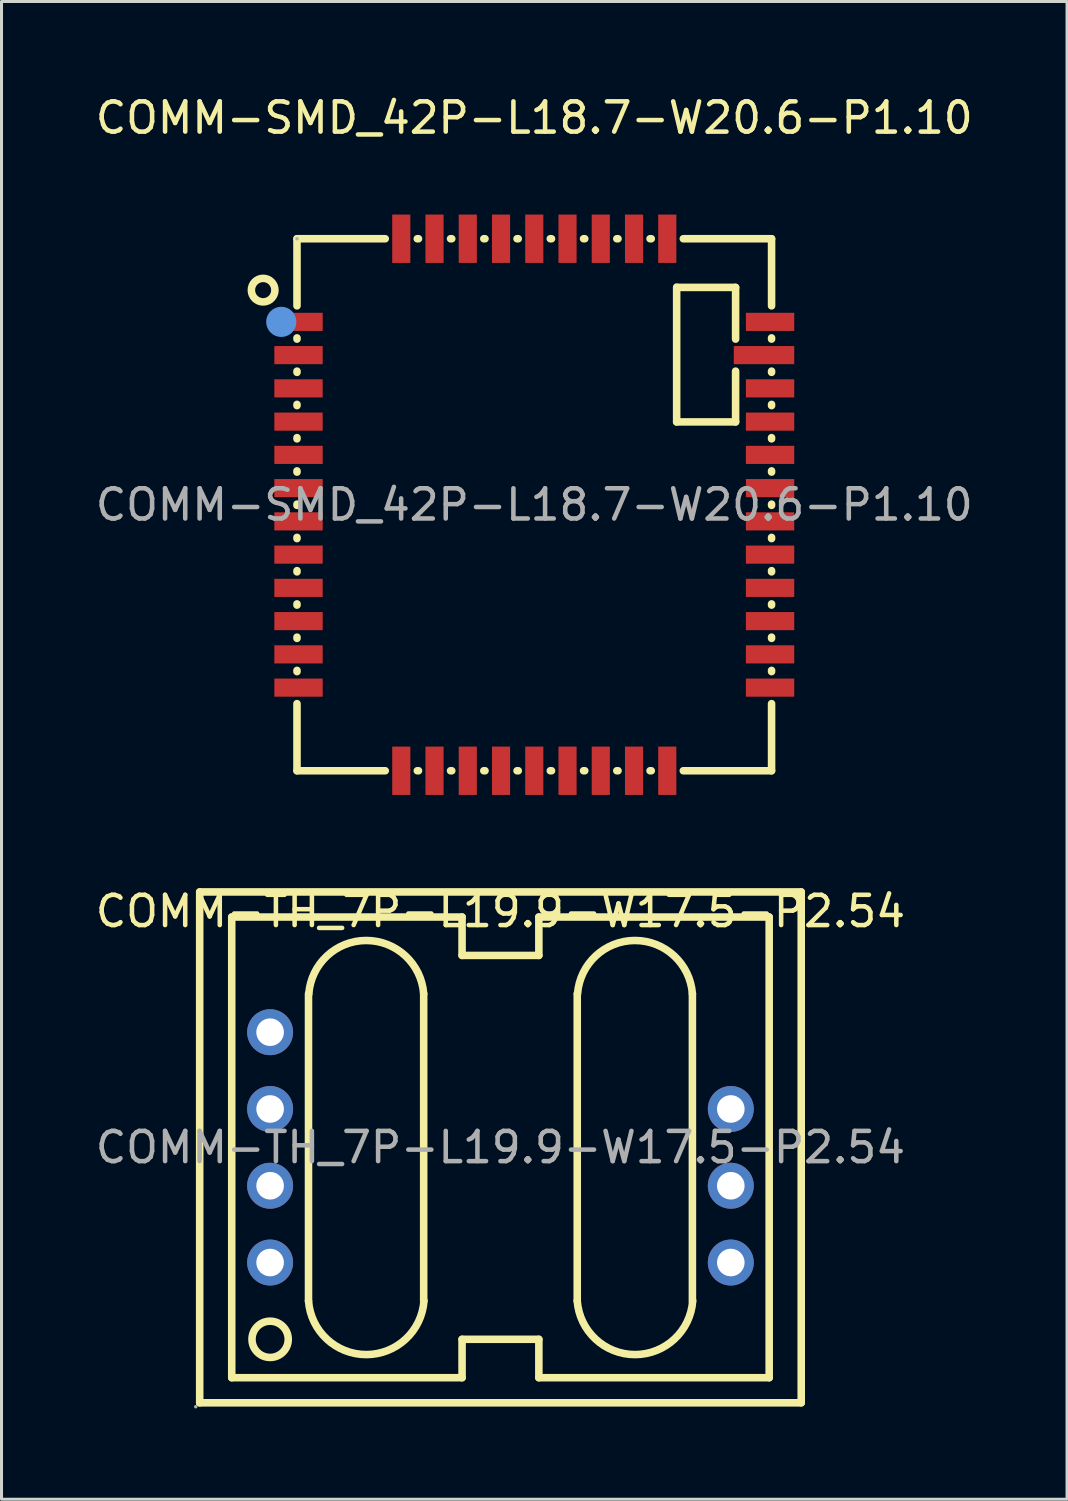
<source format=kicad_pcb>
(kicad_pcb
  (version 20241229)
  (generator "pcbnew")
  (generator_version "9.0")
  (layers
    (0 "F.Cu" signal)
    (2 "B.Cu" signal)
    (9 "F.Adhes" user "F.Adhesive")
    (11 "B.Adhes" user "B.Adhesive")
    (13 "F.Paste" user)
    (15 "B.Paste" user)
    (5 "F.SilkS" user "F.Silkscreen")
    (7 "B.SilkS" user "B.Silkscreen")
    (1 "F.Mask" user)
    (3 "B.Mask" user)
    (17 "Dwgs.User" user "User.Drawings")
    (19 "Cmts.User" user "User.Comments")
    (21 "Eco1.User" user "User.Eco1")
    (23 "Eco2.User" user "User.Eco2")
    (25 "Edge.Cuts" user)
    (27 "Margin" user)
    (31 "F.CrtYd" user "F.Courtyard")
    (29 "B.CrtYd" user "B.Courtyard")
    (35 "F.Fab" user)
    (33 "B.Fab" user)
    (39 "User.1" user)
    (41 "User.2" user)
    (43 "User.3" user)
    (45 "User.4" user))
  (footprint "COMM-SMD_42P-L18.7-W20.6-P1.10"
    (layer "F.Cu")
    (at 14.625 13.648)
    (property "Reference" "COMM-SMD_42P-L18.7-W20.6-P1.10" (at 0 -12.8 0) (layer "F.SilkS") (effects (font (size 1 1) (thickness 0.15))))
    (attr through_hole)
    (fp_line (start -7.85 -8.8) (end -7.85 -6.58) (stroke (width 0.25) (type solid)) (layer "F.SilkS"))
    (fp_line (start -7.85 -5.52) (end -7.85 -5.48) (stroke (width 0.25) (type solid)) (layer "F.SilkS"))
    (fp_line (start -7.85 -4.42) (end -7.85 -4.38) (stroke (width 0.25) (type solid)) (layer "F.SilkS"))
    (fp_line (start -7.85 -3.32) (end -7.85 -3.28) (stroke (width 0.25) (type solid)) (layer "F.SilkS"))
    (fp_line (start -7.85 -2.22) (end -7.85 -2.18) (stroke (width 0.25) (type solid)) (layer "F.SilkS"))
    (fp_line (start -7.85 -1.12) (end -7.85 -1.08) (stroke (width 0.25) (type solid)) (layer "F.SilkS"))
    (fp_line (start -7.85 -0.02) (end -7.85 0.02) (stroke (width 0.25) (type solid)) (layer "F.SilkS"))
    (fp_line (start -7.85 1.08) (end -7.85 1.12) (stroke (width 0.25) (type solid)) (layer "F.SilkS"))
    (fp_line (start -7.85 2.18) (end -7.85 2.22) (stroke (width 0.25) (type solid)) (layer "F.SilkS"))
    (fp_line (start -7.85 3.28) (end -7.85 3.32) (stroke (width 0.25) (type solid)) (layer "F.SilkS"))
    (fp_line (start -7.85 4.38) (end -7.85 4.42) (stroke (width 0.25) (type solid)) (layer "F.SilkS"))
    (fp_line (start -7.85 5.48) (end -7.85 5.52) (stroke (width 0.25) (type solid)) (layer "F.SilkS"))
    (fp_line (start -7.85 6.58) (end -7.85 8.8) (stroke (width 0.25) (type solid)) (layer "F.SilkS"))
    (fp_line (start -7.85 8.8) (end -4.93 8.8) (stroke (width 0.25) (type solid)) (layer "F.SilkS"))
    (fp_line (start -4.93 -8.8) (end -7.85 -8.8) (stroke (width 0.25) (type solid)) (layer "F.SilkS"))
    (fp_line (start -3.87 8.8) (end -3.83 8.8) (stroke (width 0.25) (type solid)) (layer "F.SilkS"))
    (fp_line (start -3.83 -8.8) (end -3.87 -8.8) (stroke (width 0.25) (type solid)) (layer "F.SilkS"))
    (fp_line (start -2.77 8.8) (end -2.73 8.8) (stroke (width 0.25) (type solid)) (layer "F.SilkS"))
    (fp_line (start -2.73 -8.8) (end -2.77 -8.8) (stroke (width 0.25) (type solid)) (layer "F.SilkS"))
    (fp_line (start -1.67 8.8) (end -1.63 8.8) (stroke (width 0.25) (type solid)) (layer "F.SilkS"))
    (fp_line (start -1.63 -8.8) (end -1.67 -8.8) (stroke (width 0.25) (type solid)) (layer "F.SilkS"))
    (fp_line (start -0.57 8.8) (end -0.53 8.8) (stroke (width 0.25) (type solid)) (layer "F.SilkS"))
    (fp_line (start -0.53 -8.8) (end -0.57 -8.8) (stroke (width 0.25) (type solid)) (layer "F.SilkS"))
    (fp_line (start 0.53 8.8) (end 0.57 8.8) (stroke (width 0.25) (type solid)) (layer "F.SilkS"))
    (fp_line (start 0.57 -8.8) (end 0.53 -8.8) (stroke (width 0.25) (type solid)) (layer "F.SilkS"))
    (fp_line (start 1.63 8.8) (end 1.67 8.8) (stroke (width 0.25) (type solid)) (layer "F.SilkS"))
    (fp_line (start 1.67 -8.8) (end 1.63 -8.8) (stroke (width 0.25) (type solid)) (layer "F.SilkS"))
    (fp_line (start 2.73 8.8) (end 2.77 8.8) (stroke (width 0.25) (type solid)) (layer "F.SilkS"))
    (fp_line (start 2.77 -8.8) (end 2.73 -8.8) (stroke (width 0.25) (type solid)) (layer "F.SilkS"))
    (fp_line (start 3.83 8.8) (end 3.87 8.8) (stroke (width 0.25) (type solid)) (layer "F.SilkS"))
    (fp_line (start 3.87 -8.8) (end 3.83 -8.8) (stroke (width 0.25) (type solid)) (layer "F.SilkS"))
    (fp_line (start 4.71 -7.2) (end 4.71 -2.74) (stroke (width 0.25) (type solid)) (layer "F.SilkS"))
    (fp_line (start 4.71 -2.74) (end 6.66 -2.74) (stroke (width 0.25) (type solid)) (layer "F.SilkS"))
    (fp_line (start 4.93 8.8) (end 7.85 8.8) (stroke (width 0.25) (type solid)) (layer "F.SilkS"))
    (fp_line (start 6.66 -7.19) (end 4.77 -7.19) (stroke (width 0.25) (type solid)) (layer "F.SilkS"))
    (fp_line (start 6.66 -7.19) (end 6.66 -5.48) (stroke (width 0.25) (type solid)) (layer "F.SilkS"))
    (fp_line (start 6.66 -4.42) (end 6.66 -2.74) (stroke (width 0.25) (type solid)) (layer "F.SilkS"))
    (fp_line (start 7.85 -8.8) (end 4.93 -8.8) (stroke (width 0.25) (type solid)) (layer "F.SilkS"))
    (fp_line (start 7.85 -6.58) (end 7.85 -8.8) (stroke (width 0.25) (type solid)) (layer "F.SilkS"))
    (fp_line (start 7.85 -5.48) (end 7.85 -5.52) (stroke (width 0.25) (type solid)) (layer "F.SilkS"))
    (fp_line (start 7.85 -4.38) (end 7.85 -4.42) (stroke (width 0.25) (type solid)) (layer "F.SilkS"))
    (fp_line (start 7.85 -3.28) (end 7.85 -3.32) (stroke (width 0.25) (type solid)) (layer "F.SilkS"))
    (fp_line (start 7.85 -2.18) (end 7.85 -2.22) (stroke (width 0.25) (type solid)) (layer "F.SilkS"))
    (fp_line (start 7.85 -1.08) (end 7.85 -1.12) (stroke (width 0.25) (type solid)) (layer "F.SilkS"))
    (fp_line (start 7.85 0.02) (end 7.85 -0.02) (stroke (width 0.25) (type solid)) (layer "F.SilkS"))
    (fp_line (start 7.85 1.12) (end 7.85 1.08) (stroke (width 0.25) (type solid)) (layer "F.SilkS"))
    (fp_line (start 7.85 2.22) (end 7.85 2.18) (stroke (width 0.25) (type solid)) (layer "F.SilkS"))
    (fp_line (start 7.85 3.32) (end 7.85 3.28) (stroke (width 0.25) (type solid)) (layer "F.SilkS"))
    (fp_line (start 7.85 4.42) (end 7.85 4.38) (stroke (width 0.25) (type solid)) (layer "F.SilkS"))
    (fp_line (start 7.85 5.52) (end 7.85 5.48) (stroke (width 0.25) (type solid)) (layer "F.SilkS"))
    (fp_line (start 7.85 8.8) (end 7.85 6.58) (stroke (width 0.25) (type solid)) (layer "F.SilkS"))
    (fp_circle (center -8.97 -7.1) (end -8.58 -7.1) (stroke (width 0.25) (type solid)) (fill no) (layer "F.SilkS"))
    (fp_circle (center -8.37 -6.05) (end -8.12 -6.05) (stroke (width 0.5) (type solid)) (fill no) (layer "Cmts.User"))
    (fp_circle (center -7.85 -8.8) (end -7.82 -8.8) (stroke (width 0.06) (type solid)) (fill no) (layer "F.Fab"))
    (fp_text user "${REFERENCE}" (at 0 0 0) (layer "F.Fab") (effects (font (size 1 1) (thickness 0.15))))
    (pad "1" smd rect (at -7.8 -6.05) (size 1.6 0.6) (layers "F.Cu" "F.Mask" "F.Paste"))
    (pad "2" smd rect (at -7.8 -4.95) (size 1.6 0.6) (layers "F.Cu" "F.Mask" "F.Paste"))
    (pad "3" smd rect (at -7.8 -3.85) (size 1.6 0.6) (layers "F.Cu" "F.Mask" "F.Paste"))
    (pad "4" smd rect (at -7.8 -2.75) (size 1.6 0.6) (layers "F.Cu" "F.Mask" "F.Paste"))
    (pad "5" smd rect (at -7.8 -1.65) (size 1.6 0.6) (layers "F.Cu" "F.Mask" "F.Paste"))
    (pad "6" smd rect (at -7.8 -0.55) (size 1.6 0.6) (layers "F.Cu" "F.Mask" "F.Paste"))
    (pad "7" smd rect (at -7.8 0.55) (size 1.6 0.6) (layers "F.Cu" "F.Mask" "F.Paste"))
    (pad "8" smd rect (at -7.8 1.65) (size 1.6 0.6) (layers "F.Cu" "F.Mask" "F.Paste"))
    (pad "9" smd rect (at -7.8 2.75) (size 1.6 0.6) (layers "F.Cu" "F.Mask" "F.Paste"))
    (pad "10" smd rect (at -7.8 3.85) (size 1.6 0.6) (layers "F.Cu" "F.Mask" "F.Paste"))
    (pad "11" smd rect (at -7.8 4.95) (size 1.6 0.6) (layers "F.Cu" "F.Mask" "F.Paste"))
    (pad "12" smd rect (at -7.8 6.05) (size 1.6 0.6) (layers "F.Cu" "F.Mask" "F.Paste"))
    (pad "13" smd rect (at -4.4 8.8 90) (size 1.6 0.6) (layers "F.Cu" "F.Mask" "F.Paste"))
    (pad "14" smd rect (at -3.3 8.8 90) (size 1.6 0.6) (layers "F.Cu" "F.Mask" "F.Paste"))
    (pad "15" smd rect (at -2.2 8.8 90) (size 1.6 0.6) (layers "F.Cu" "F.Mask" "F.Paste"))
    (pad "16" smd rect (at -1.1 8.8 90) (size 1.6 0.6) (layers "F.Cu" "F.Mask" "F.Paste"))
    (pad "17" smd rect (at 0 8.8 90) (size 1.6 0.6) (layers "F.Cu" "F.Mask" "F.Paste"))
    (pad "18" smd rect (at 1.1 8.8 90) (size 1.6 0.6) (layers "F.Cu" "F.Mask" "F.Paste"))
    (pad "19" smd rect (at 2.2 8.8 90) (size 1.6 0.6) (layers "F.Cu" "F.Mask" "F.Paste"))
    (pad "20" smd rect (at 3.3 8.8 90) (size 1.6 0.6) (layers "F.Cu" "F.Mask" "F.Paste"))
    (pad "21" smd rect (at 4.4 8.8 90) (size 1.6 0.6) (layers "F.Cu" "F.Mask" "F.Paste"))
    (pad "22" smd rect (at 7.8 6.05 180) (size 1.6 0.6) (layers "F.Cu" "F.Mask" "F.Paste"))
    (pad "23" smd rect (at 7.8 4.95 180) (size 1.6 0.6) (layers "F.Cu" "F.Mask" "F.Paste"))
    (pad "24" smd rect (at 7.8 3.85 180) (size 1.6 0.6) (layers "F.Cu" "F.Mask" "F.Paste"))
    (pad "25" smd rect (at 7.8 2.75 180) (size 1.6 0.6) (layers "F.Cu" "F.Mask" "F.Paste"))
    (pad "26" smd rect (at 7.8 1.65 180) (size 1.6 0.6) (layers "F.Cu" "F.Mask" "F.Paste"))
    (pad "27" smd rect (at 7.8 0.55 180) (size 1.6 0.6) (layers "F.Cu" "F.Mask" "F.Paste"))
    (pad "28" smd rect (at 7.8 -0.55 180) (size 1.6 0.6) (layers "F.Cu" "F.Mask" "F.Paste"))
    (pad "29" smd rect (at 7.8 -1.65 180) (size 1.6 0.6) (layers "F.Cu" "F.Mask" "F.Paste"))
    (pad "30" smd rect (at 7.8 -2.75 180) (size 1.6 0.6) (layers "F.Cu" "F.Mask" "F.Paste"))
    (pad "31" smd rect (at 7.8 -3.85 180) (size 1.6 0.6) (layers "F.Cu" "F.Mask" "F.Paste"))
    (pad "32" smd rect (at 7.6 -4.95 180) (size 2 0.6) (layers "F.Cu" "F.Mask" "F.Paste"))
    (pad "33" smd rect (at 7.8 -6.05 180) (size 1.6 0.6) (layers "F.Cu" "F.Mask" "F.Paste"))
    (pad "34" smd rect (at 4.4 -8.8 270) (size 1.6 0.6) (layers "F.Cu" "F.Mask" "F.Paste"))
    (pad "35" smd rect (at 3.3 -8.8 270) (size 1.6 0.6) (layers "F.Cu" "F.Mask" "F.Paste"))
    (pad "36" smd rect (at 2.2 -8.8 270) (size 1.6 0.6) (layers "F.Cu" "F.Mask" "F.Paste"))
    (pad "37" smd rect (at 1.1 -8.8 270) (size 1.6 0.6) (layers "F.Cu" "F.Mask" "F.Paste"))
    (pad "38" smd rect (at 0 -8.8 270) (size 1.6 0.6) (layers "F.Cu" "F.Mask" "F.Paste"))
    (pad "39" smd rect (at -1.1 -8.8 270) (size 1.6 0.6) (layers "F.Cu" "F.Mask" "F.Paste"))
    (pad "40" smd rect (at -2.2 -8.8 270) (size 1.6 0.6) (layers "F.Cu" "F.Mask" "F.Paste"))
    (pad "41" smd rect (at -3.3 -8.8 270) (size 1.6 0.6) (layers "F.Cu" "F.Mask" "F.Paste"))
    (pad "42" smd rect (at -4.4 -8.8 270) (size 1.6 0.6) (layers "F.Cu" "F.Mask" "F.Paste")))
  (footprint "COMM-TH_7P-L19.9-W17.5-P2.54"
    (layer "F.Cu")
    (at 13.506 34.907)
    (property "Reference" "COMM-TH_7P-L19.9-W17.5-P2.54" (at 0 -7.81 0) (layer "F.SilkS") (effects (font (size 1 1) (thickness 0.15))))
    (attr through_hole)
    (fp_line (start -9.95 -8.45) (end -9.95 8.45) (stroke (width 0.25) (type solid)) (layer "F.SilkS"))
    (fp_line (start -9.95 -8.45) (end 9.95 -8.45) (stroke (width 0.25) (type solid)) (layer "F.SilkS"))
    (fp_line (start -9.95 8.45) (end 9.95 8.45) (stroke (width 0.25) (type solid)) (layer "F.SilkS"))
    (fp_line (start -8.89 -7.62) (end -1.27 -7.62) (stroke (width 0.25) (type solid)) (layer "F.SilkS"))
    (fp_line (start -8.89 7.62) (end -8.89 -7.62) (stroke (width 0.25) (type solid)) (layer "F.SilkS"))
    (fp_line (start -6.35 -5.08) (end -6.35 5.08) (stroke (width 0.25) (type solid)) (layer "F.SilkS"))
    (fp_line (start -2.54 -5.08) (end -2.54 5.08) (stroke (width 0.25) (type solid)) (layer "F.SilkS"))
    (fp_line (start -1.27 -7.62) (end -1.27 -6.35) (stroke (width 0.25) (type solid)) (layer "F.SilkS"))
    (fp_line (start -1.27 -6.35) (end 1.27 -6.35) (stroke (width 0.25) (type solid)) (layer "F.SilkS"))
    (fp_line (start -1.27 6.35) (end -1.27 7.62) (stroke (width 0.25) (type solid)) (layer "F.SilkS"))
    (fp_line (start -1.27 7.62) (end -8.89 7.62) (stroke (width 0.25) (type solid)) (layer "F.SilkS"))
    (fp_line (start 1.27 -7.62) (end 8.89 -7.62) (stroke (width 0.25) (type solid)) (layer "F.SilkS"))
    (fp_line (start 1.27 -6.35) (end 1.27 -7.62) (stroke (width 0.25) (type solid)) (layer "F.SilkS"))
    (fp_line (start 1.27 6.35) (end -1.27 6.35) (stroke (width 0.25) (type solid)) (layer "F.SilkS"))
    (fp_line (start 1.27 7.62) (end 1.27 6.35) (stroke (width 0.25) (type solid)) (layer "F.SilkS"))
    (fp_line (start 2.54 -5.08) (end 2.54 5.08) (stroke (width 0.25) (type solid)) (layer "F.SilkS"))
    (fp_line (start 6.35 -5.08) (end 6.35 5.08) (stroke (width 0.25) (type solid)) (layer "F.SilkS"))
    (fp_line (start 8.89 -7.62) (end 8.89 7.62) (stroke (width 0.25) (type solid)) (layer "F.SilkS"))
    (fp_line (start 8.89 7.62) (end 1.27 7.62) (stroke (width 0.25) (type solid)) (layer "F.SilkS"))
    (fp_line (start 9.95 -8.45) (end 9.95 8.45) (stroke (width 0.25) (type solid)) (layer "F.SilkS"))
    (fp_arc (start -6.340333 -5.075412) (mid -4.4423 -6.84515) (end -2.54 -5.08) (stroke (width 0.25) (type solid)) (layer "F.SilkS"))
    (fp_arc (start -2.529772 5.076853) (mid -4.438422 6.855123) (end -6.35 5.08) (stroke (width 0.25) (type solid)) (layer "F.SilkS"))
    (fp_arc (start 2.549667 -5.075412) (mid 4.4477 -6.84515) (end 6.35 -5.08) (stroke (width 0.25) (type solid)) (layer "F.SilkS"))
    (fp_arc (start 6.360228 5.076853) (mid 4.451578 6.855123) (end 2.54 5.08) (stroke (width 0.25) (type solid)) (layer "F.SilkS"))
    (fp_circle (center -7.62 6.35) (end -7.02 6.35) (stroke (width 0.25) (type solid)) (fill no) (layer "F.SilkS"))
    (fp_circle (center -10.08 8.58) (end -10.05 8.58) (stroke (width 0.06) (type solid)) (fill no) (layer "F.Fab"))
    (fp_circle (center -7.62 -3.81) (end -7.44 -3.81) (stroke (width 0.36) (type solid)) (fill no) (layer "F.Fab"))
    (fp_circle (center -7.62 -1.27) (end -7.44 -1.27) (stroke (width 0.36) (type solid)) (fill no) (layer "F.Fab"))
    (fp_circle (center -7.62 1.27) (end -7.44 1.27) (stroke (width 0.36) (type solid)) (fill no) (layer "F.Fab"))
    (fp_circle (center -7.62 3.81) (end -7.44 3.81) (stroke (width 0.36) (type solid)) (fill no) (layer "F.Fab"))
    (fp_circle (center 7.62 -1.27) (end 7.8 -1.27) (stroke (width 0.36) (type solid)) (fill no) (layer "F.Fab"))
    (fp_circle (center 7.62 1.27) (end 7.8 1.27) (stroke (width 0.36) (type solid)) (fill no) (layer "F.Fab"))
    (fp_circle (center 7.62 3.81) (end 7.8 3.81) (stroke (width 0.36) (type solid)) (fill no) (layer "F.Fab"))
    (fp_text user "${REFERENCE}" (at 0 0 0) (layer "F.Fab") (effects (font (size 1 1) (thickness 0.15))))
    (pad "1" thru_hole circle (at -7.62 3.81) (size 1.52 1.52) (drill 0.914) (layers "*.Cu" "*.Paste" "*.Mask"))
    (pad "2" thru_hole circle (at -7.62 1.27) (size 1.52 1.52) (drill 0.914) (layers "*.Cu" "*.Paste" "*.Mask"))
    (pad "3" thru_hole circle (at -7.62 -1.27) (size 1.52 1.52) (drill 0.914) (layers "*.Cu" "*.Paste" "*.Mask"))
    (pad "4" thru_hole circle (at -7.62 -3.81) (size 1.52 1.52) (drill 0.914) (layers "*.Cu" "*.Paste" "*.Mask"))
    (pad "6" thru_hole circle (at 7.62 -1.27) (size 1.52 1.52) (drill 0.914) (layers "*.Cu" "*.Paste" "*.Mask"))
    (pad "7" thru_hole circle (at 7.62 1.27) (size 1.52 1.52) (drill 0.914) (layers "*.Cu" "*.Paste" "*.Mask"))
    (pad "8" thru_hole circle (at 7.62 3.81) (size 1.52 1.52) (drill 0.914) (layers "*.Cu" "*.Paste" "*.Mask")))
  (gr_rect
    (start -3 -3)
    (end 32.25 46.547)
    (stroke (width 0.1) (type default))
    (fill no)
    (layer "Edge.Cuts")))
</source>
